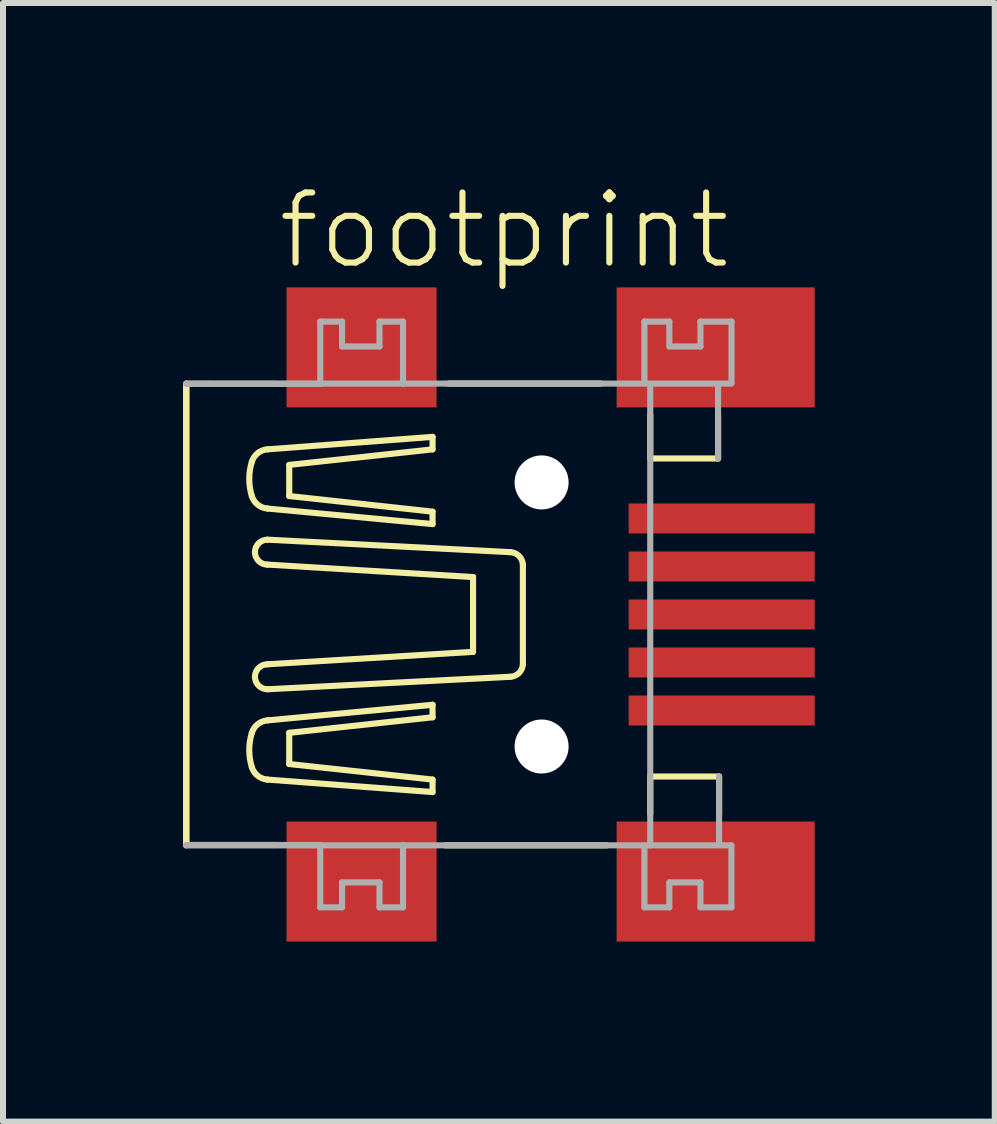
<source format=kicad_pcb>
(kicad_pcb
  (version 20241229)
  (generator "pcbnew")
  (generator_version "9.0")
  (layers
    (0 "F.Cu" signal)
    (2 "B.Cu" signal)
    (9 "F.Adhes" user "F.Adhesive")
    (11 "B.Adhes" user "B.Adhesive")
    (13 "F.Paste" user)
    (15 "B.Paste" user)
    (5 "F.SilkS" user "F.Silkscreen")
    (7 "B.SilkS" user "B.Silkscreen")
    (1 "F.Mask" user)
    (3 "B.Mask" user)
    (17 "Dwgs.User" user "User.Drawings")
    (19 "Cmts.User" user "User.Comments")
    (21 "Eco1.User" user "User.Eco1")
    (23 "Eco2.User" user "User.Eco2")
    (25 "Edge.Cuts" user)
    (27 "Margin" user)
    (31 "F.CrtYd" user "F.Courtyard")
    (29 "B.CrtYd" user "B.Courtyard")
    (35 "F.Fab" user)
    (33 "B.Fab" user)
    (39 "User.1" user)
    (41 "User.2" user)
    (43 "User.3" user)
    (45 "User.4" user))
  (footprint "footprint"
    (layer "F.Cu")
    (at 5.974 7.188)
    (property "Reference" "footprint" (at -4.445 -5.715 0) (layer "F.SilkS") (effects (font (size 1.168 1.168) (thickness 0.102)) (justify left bottom)))
    (fp_line (start -5.923 3.847) (end -5.923 -3.847) (stroke (width 0.102) (type solid)) (layer "F.SilkS"))
    (fp_line (start -5.918 -3.842) (end -4.415 -3.841) (stroke (width 0.102) (type solid)) (layer "F.SilkS"))
    (fp_line (start -5.918 3.841) (end -5.918 -3.842) (stroke (width 0.102) (type solid)) (layer "F.SilkS"))
    (fp_line (start -5.918 3.841) (end -4.415 3.841) (stroke (width 0.102) (type solid)) (layer "F.SilkS"))
    (fp_line (start -5.918 3.841) (end -5.918 3.841) (stroke (width 0.102) (type solid)) (layer "F.SilkS"))
    (fp_line (start -4.776 -1.038) (end -4.776 -1.038) (stroke (width 0.102) (type solid)) (layer "F.SilkS"))
    (fp_line (start -4.569 -1.765) (end -1.817 -1.506) (stroke (width 0.102) (type solid)) (layer "F.SilkS"))
    (fp_line (start -4.569 -0.831) (end -1.142 -0.623) (stroke (width 0.102) (type solid)) (layer "F.SilkS"))
    (fp_line (start -4.569 0.83) (end -1.142 0.623) (stroke (width 0.102) (type solid)) (layer "F.SilkS"))
    (fp_line (start -4.569 1.765) (end -1.817 1.505) (stroke (width 0.102) (type solid)) (layer "F.SilkS"))
    (fp_line (start -4.568 -1.246) (end -0.519 -1.038) (stroke (width 0.102) (type solid)) (layer "F.SilkS"))
    (fp_line (start -4.568 1.246) (end -0.519 1.038) (stroke (width 0.102) (type solid)) (layer "F.SilkS"))
    (fp_line (start -4.205 -2.492) (end -1.817 -2.751) (stroke (width 0.102) (type solid)) (layer "F.SilkS"))
    (fp_line (start -4.205 -1.973) (end -4.205 -2.492) (stroke (width 0.102) (type solid)) (layer "F.SilkS"))
    (fp_line (start -4.205 1.972) (end -4.205 2.492) (stroke (width 0.102) (type solid)) (layer "F.SilkS"))
    (fp_line (start -4.205 2.492) (end -1.817 2.751) (stroke (width 0.102) (type solid)) (layer "F.SilkS"))
    (fp_line (start -1.817 -2.959) (end -4.569 -2.751) (stroke (width 0.102) (type solid)) (layer "F.SilkS"))
    (fp_line (start -1.817 -2.751) (end -1.817 -2.959) (stroke (width 0.102) (type solid)) (layer "F.SilkS"))
    (fp_line (start -1.817 -1.713) (end -4.205 -1.973) (stroke (width 0.102) (type solid)) (layer "F.SilkS"))
    (fp_line (start -1.817 -1.506) (end -1.817 -1.713) (stroke (width 0.102) (type solid)) (layer "F.SilkS"))
    (fp_line (start -1.817 1.505) (end -1.817 1.713) (stroke (width 0.102) (type solid)) (layer "F.SilkS"))
    (fp_line (start -1.817 1.713) (end -4.205 1.972) (stroke (width 0.102) (type solid)) (layer "F.SilkS"))
    (fp_line (start -1.817 2.751) (end -1.817 2.959) (stroke (width 0.102) (type solid)) (layer "F.SilkS"))
    (fp_line (start -1.817 2.959) (end -4.569 2.751) (stroke (width 0.102) (type solid)) (layer "F.SilkS"))
    (fp_line (start -1.552 -3.847) (end 0.983 -3.847) (stroke (width 0.102) (type solid)) (layer "F.SilkS"))
    (fp_line (start -1.142 0.623) (end -1.142 -0.623) (stroke (width 0.102) (type solid)) (layer "F.SilkS"))
    (fp_line (start -0.312 0.83) (end -0.312 -0.831) (stroke (width 0.102) (type solid)) (layer "F.SilkS"))
    (fp_line (start 1.084 3.847) (end -1.603 3.847) (stroke (width 0.102) (type solid)) (layer "F.SilkS"))
    (fp_line (start 1.81 -2.599) (end 1.81 -3.324) (stroke (width 0.102) (type solid)) (layer "F.SilkS"))
    (fp_line (start 1.81 2.7) (end 1.81 3.324) (stroke (width 0.102) (type solid)) (layer "F.SilkS"))
    (fp_line (start 2.94 -3.324) (end 2.94 -2.599) (stroke (width 0.102) (type solid)) (layer "F.SilkS"))
    (fp_line (start 2.94 -2.599) (end 1.81 -2.599) (stroke (width 0.102) (type solid)) (layer "F.SilkS"))
    (fp_line (start 2.957 2.7) (end 1.81 2.7) (stroke (width 0.102) (type solid)) (layer "F.SilkS"))
    (fp_line (start 2.957 3.332) (end 2.957 2.7) (stroke (width 0.102) (type solid)) (layer "F.SilkS"))
    (fp_arc (start -4.828 -2.5438) (mid -4.730297 -2.687659) (end -4.5685 -2.7514) (stroke (width 0.1016) (type solid)) (layer "F.SilkS"))
    (fp_arc (start -4.828 -1.9727) (mid -4.870802 -2.25825) (end -4.828 -2.5438) (stroke (width 0.1016) (type solid)) (layer "F.SilkS"))
    (fp_arc (start -4.828 1.9725) (mid -4.730298 1.828641) (end -4.568501 1.764899) (stroke (width 0.1016) (type solid)) (layer "F.SilkS"))
    (fp_arc (start -4.828 2.5436) (mid -4.870802 2.25805) (end -4.828 1.9725) (stroke (width 0.1016) (type solid)) (layer "F.SilkS"))
    (fp_arc (start -4.7761 -1.0383) (mid -4.715295 -1.185095) (end -4.5685 -1.2459) (stroke (width 0.1016) (type solid)) (layer "F.SilkS"))
    (fp_arc (start -4.7761 1.038) (mid -4.715295 0.891205) (end -4.5685 0.8304) (stroke (width 0.1016) (type solid)) (layer "F.SilkS"))
    (fp_arc (start -4.568501 -1.765099) (mid -4.730298 -1.828841) (end -4.828 -1.9727) (stroke (width 0.1016) (type solid)) (layer "F.SilkS"))
    (fp_arc (start -4.5685 -0.8306) (mid -4.715295 -0.891405) (end -4.7761 -1.0382) (stroke (width 0.1016) (type solid)) (layer "F.SilkS"))
    (fp_arc (start -4.5685 1.2457) (mid -4.715295 1.184895) (end -4.7761 1.0381) (stroke (width 0.1016) (type solid)) (layer "F.SilkS"))
    (fp_arc (start -4.5685 2.7512) (mid -4.730297 2.687459) (end -4.828 2.5436) (stroke (width 0.1016) (type solid)) (layer "F.SilkS"))
    (fp_arc (start -0.5192 -1.0383) (mid -0.375653 -0.974177) (end -0.311598 -0.8306) (stroke (width 0.1016) (type solid)) (layer "F.SilkS"))
    (fp_arc (start -0.311599 0.830399) (mid -0.375679 0.973951) (end -0.5192 1.0381) (stroke (width 0.1016) (type solid)) (layer "F.SilkS"))
    (fp_line (start -5.923 -3.847) (end 3.16 -3.847) (stroke (width 0.102) (type solid)) (layer "F.Fab"))
    (fp_line (start -5.918 -3.842) (end -3.688 -3.842) (stroke (width 0.102) (type solid)) (layer "F.Fab"))
    (fp_line (start -5.918 3.841) (end -3.688 3.841) (stroke (width 0.102) (type solid)) (layer "F.Fab"))
    (fp_line (start -3.688 -4.88) (end -3.325 -4.88) (stroke (width 0.102) (type solid)) (layer "F.Fab"))
    (fp_line (start -3.688 -3.842) (end -3.688 -4.88) (stroke (width 0.102) (type solid)) (layer "F.Fab"))
    (fp_line (start -3.688 3.841) (end -3.688 4.88) (stroke (width 0.102) (type solid)) (layer "F.Fab"))
    (fp_line (start -3.688 4.88) (end -3.325 4.88) (stroke (width 0.102) (type solid)) (layer "F.Fab"))
    (fp_line (start -3.325 -4.88) (end -3.325 -4.465) (stroke (width 0.102) (type solid)) (layer "F.Fab"))
    (fp_line (start -3.325 -4.465) (end -2.701 -4.465) (stroke (width 0.102) (type solid)) (layer "F.Fab"))
    (fp_line (start -3.325 4.464) (end -2.701 4.464) (stroke (width 0.102) (type solid)) (layer "F.Fab"))
    (fp_line (start -3.325 4.88) (end -3.325 4.464) (stroke (width 0.102) (type solid)) (layer "F.Fab"))
    (fp_line (start -2.701 -4.88) (end -2.309 -4.88) (stroke (width 0.102) (type solid)) (layer "F.Fab"))
    (fp_line (start -2.701 -4.465) (end -2.701 -4.88) (stroke (width 0.102) (type solid)) (layer "F.Fab"))
    (fp_line (start -2.701 4.464) (end -2.701 4.88) (stroke (width 0.102) (type solid)) (layer "F.Fab"))
    (fp_line (start -2.701 4.88) (end -2.309 4.88) (stroke (width 0.102) (type solid)) (layer "F.Fab"))
    (fp_line (start -2.309 -4.88) (end -2.309 -3.842) (stroke (width 0.102) (type solid)) (layer "F.Fab"))
    (fp_line (start -2.309 4.88) (end -2.309 3.841) (stroke (width 0.102) (type solid)) (layer "F.Fab"))
    (fp_line (start 1.713 -4.88) (end 2.128 -4.88) (stroke (width 0.102) (type solid)) (layer "F.Fab"))
    (fp_line (start 1.713 -3.886) (end 1.713 -4.88) (stroke (width 0.102) (type solid)) (layer "F.Fab"))
    (fp_line (start 1.713 3.885) (end 1.713 4.88) (stroke (width 0.102) (type solid)) (layer "F.Fab"))
    (fp_line (start 1.713 4.88) (end 2.128 4.88) (stroke (width 0.102) (type solid)) (layer "F.Fab"))
    (fp_line (start 1.81 -3.78) (end 1.81 3.847) (stroke (width 0.102) (type solid)) (layer "F.Fab"))
    (fp_line (start 2.128 -4.88) (end 2.128 -4.465) (stroke (width 0.102) (type solid)) (layer "F.Fab"))
    (fp_line (start 2.128 -4.465) (end 2.647 -4.465) (stroke (width 0.102) (type solid)) (layer "F.Fab"))
    (fp_line (start 2.128 4.464) (end 2.647 4.464) (stroke (width 0.102) (type solid)) (layer "F.Fab"))
    (fp_line (start 2.128 4.88) (end 2.128 4.464) (stroke (width 0.102) (type solid)) (layer "F.Fab"))
    (fp_line (start 2.647 -4.88) (end 3.164 -4.88) (stroke (width 0.102) (type solid)) (layer "F.Fab"))
    (fp_line (start 2.647 -4.465) (end 2.647 -4.88) (stroke (width 0.102) (type solid)) (layer "F.Fab"))
    (fp_line (start 2.647 4.464) (end 2.647 4.88) (stroke (width 0.102) (type solid)) (layer "F.Fab"))
    (fp_line (start 2.647 4.88) (end 3.163 4.88) (stroke (width 0.102) (type solid)) (layer "F.Fab"))
    (fp_line (start 2.94 -3.797) (end 2.94 -2.599) (stroke (width 0.102) (type solid)) (layer "F.Fab"))
    (fp_line (start 2.957 3.822) (end 2.957 2.7) (stroke (width 0.102) (type solid)) (layer "F.Fab"))
    (fp_line (start 3.16 3.847) (end -5.923 3.847) (stroke (width 0.102) (type solid)) (layer "F.Fab"))
    (fp_line (start 3.163 4.88) (end 3.163 3.852) (stroke (width 0.102) (type solid)) (layer "F.Fab"))
    (fp_line (start 3.164 -4.88) (end 3.164 -3.852) (stroke (width 0.102) (type solid)) (layer "F.Fab"))
    (pad "" np_thru_hole circle (at 0 -2.2) (size 0.9 0.9) (drill 0.9) (layers "*.Cu" "*.Mask"))
    (pad "" np_thru_hole circle (at 0 2.2) (size 0.9 0.9) (drill 0.9) (layers "*.Cu" "*.Mask"))
    (pad "1" smd rect (at 3 -1.6) (size 3.1 0.5) (layers "F.Cu" "F.Mask" "F.Paste"))
    (pad "2" smd rect (at 3 -0.8) (size 3.1 0.5) (layers "F.Cu" "F.Mask" "F.Paste"))
    (pad "3" smd rect (at 3 0) (size 3.1 0.5) (layers "F.Cu" "F.Mask" "F.Paste"))
    (pad "4" smd rect (at 3 0.8) (size 3.1 0.5) (layers "F.Cu" "F.Mask" "F.Paste"))
    (pad "5" smd rect (at 3 1.6) (size 3.1 0.5) (layers "F.Cu" "F.Mask" "F.Paste"))
    (pad "M1" smd rect (at -3 4.45) (size 2.5 2) (layers "F.Cu" "F.Mask" "F.Paste"))
    (pad "M2" smd rect (at -3 -4.45) (size 2.5 2) (layers "F.Cu" "F.Mask" "F.Paste"))
    (pad "M3" smd rect (at 2.9 -4.45) (size 3.3 2) (layers "F.Cu" "F.Mask" "F.Paste"))
    (pad "M4" smd rect (at 2.9 4.45) (size 3.3 2) (layers "F.Cu" "F.Mask" "F.Paste")))
  (gr_rect
    (start -3 -3)
    (end 13.524 15.638)
    (stroke (width 0.1) (type default))
    (fill no)
    (layer "Edge.Cuts")))
</source>
